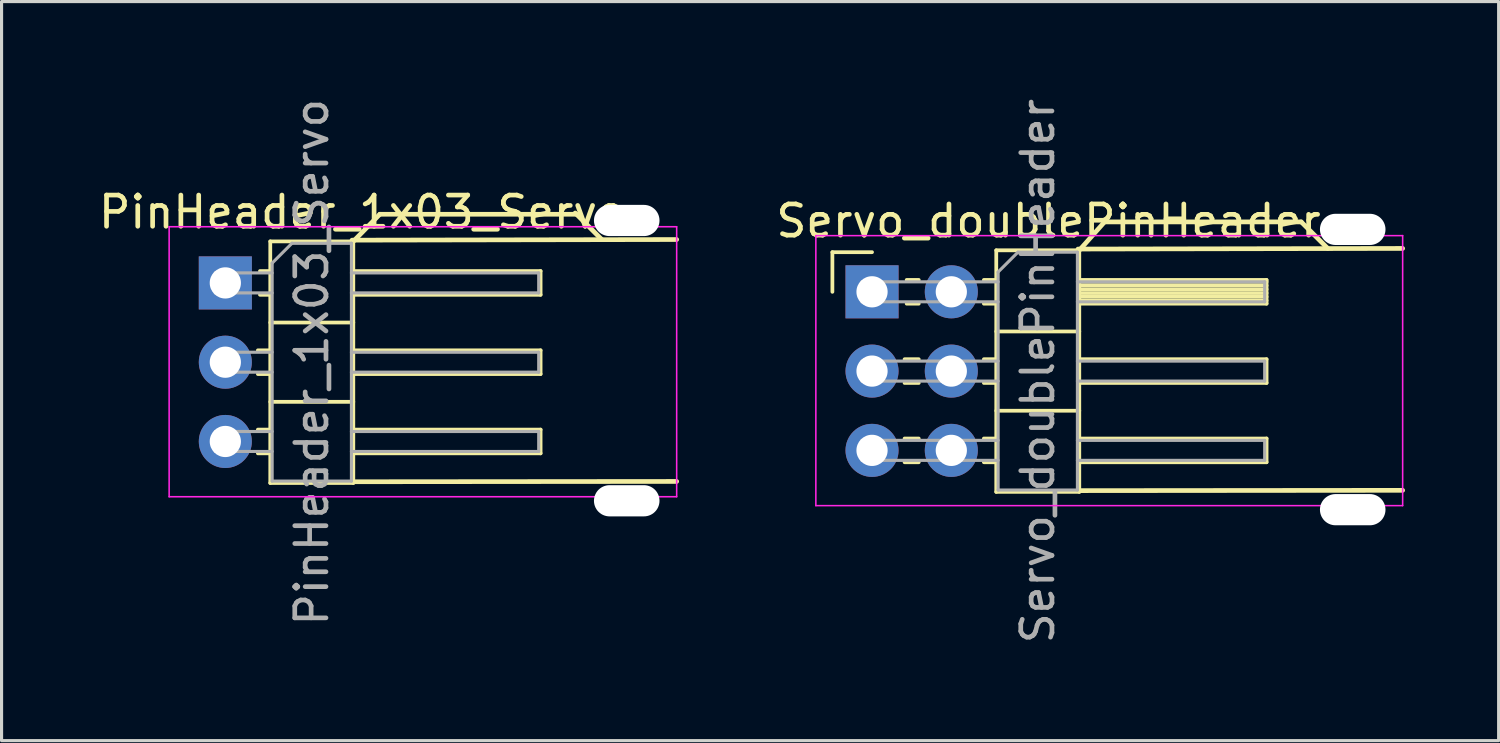
<source format=kicad_pcb>
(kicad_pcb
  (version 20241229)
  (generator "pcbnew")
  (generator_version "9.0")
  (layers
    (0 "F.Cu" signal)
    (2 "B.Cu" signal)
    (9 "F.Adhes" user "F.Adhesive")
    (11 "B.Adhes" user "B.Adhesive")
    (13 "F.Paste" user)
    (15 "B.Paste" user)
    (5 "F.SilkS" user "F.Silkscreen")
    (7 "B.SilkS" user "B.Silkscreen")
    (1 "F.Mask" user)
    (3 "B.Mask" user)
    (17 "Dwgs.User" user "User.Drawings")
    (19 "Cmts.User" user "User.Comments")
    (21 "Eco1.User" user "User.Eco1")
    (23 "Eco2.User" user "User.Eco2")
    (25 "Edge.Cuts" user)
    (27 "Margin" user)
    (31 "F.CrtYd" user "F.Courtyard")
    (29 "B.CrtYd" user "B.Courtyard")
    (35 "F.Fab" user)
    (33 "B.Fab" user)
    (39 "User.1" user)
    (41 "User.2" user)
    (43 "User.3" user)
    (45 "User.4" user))
  (footprint "Servo_doublePinHeader"
    (layer "F.Cu")
    (at 24.888 6.299)
    (property "Reference" "Servo_doublePinHeader" (at 5.655 -2.27 0) (layer "F.SilkS") (effects (font (size 1 1) (thickness 0.15))))
    (attr through_hole)
    (fp_line (start -1.27 -1.27) (end 0 -1.27) (stroke (width 0.12) (type solid)) (layer "F.SilkS"))
    (fp_line (start -1.27 0) (end -1.27 -1.27) (stroke (width 0.12) (type solid)) (layer "F.SilkS"))
    (fp_line (start 1.043 2.16) (end 1.497 2.16) (stroke (width 0.12) (type solid)) (layer "F.SilkS"))
    (fp_line (start 1.043 2.92) (end 1.497 2.92) (stroke (width 0.12) (type solid)) (layer "F.SilkS"))
    (fp_line (start 1.043 4.7) (end 1.497 4.7) (stroke (width 0.12) (type solid)) (layer "F.SilkS"))
    (fp_line (start 1.043 5.46) (end 1.497 5.46) (stroke (width 0.12) (type solid)) (layer "F.SilkS"))
    (fp_line (start 1.11 -0.38) (end 1.497 -0.38) (stroke (width 0.12) (type solid)) (layer "F.SilkS"))
    (fp_line (start 1.11 0.38) (end 1.497 0.38) (stroke (width 0.12) (type solid)) (layer "F.SilkS"))
    (fp_line (start 3.583 -0.38) (end 3.98 -0.38) (stroke (width 0.12) (type solid)) (layer "F.SilkS"))
    (fp_line (start 3.583 0.38) (end 3.98 0.38) (stroke (width 0.12) (type solid)) (layer "F.SilkS"))
    (fp_line (start 3.583 2.16) (end 3.98 2.16) (stroke (width 0.12) (type solid)) (layer "F.SilkS"))
    (fp_line (start 3.583 2.92) (end 3.98 2.92) (stroke (width 0.12) (type solid)) (layer "F.SilkS"))
    (fp_line (start 3.583 4.7) (end 3.98 4.7) (stroke (width 0.12) (type solid)) (layer "F.SilkS"))
    (fp_line (start 3.583 5.46) (end 3.98 5.46) (stroke (width 0.12) (type solid)) (layer "F.SilkS"))
    (fp_line (start 3.98 -1.33) (end 3.98 6.41) (stroke (width 0.12) (type solid)) (layer "F.SilkS"))
    (fp_line (start 3.98 1.27) (end 6.64 1.27) (stroke (width 0.12) (type solid)) (layer "F.SilkS"))
    (fp_line (start 3.98 3.81) (end 6.64 3.81) (stroke (width 0.12) (type solid)) (layer "F.SilkS"))
    (fp_line (start 3.98 6.41) (end 6.64 6.41) (stroke (width 0.12) (type solid)) (layer "F.SilkS"))
    (fp_line (start 6.6 6.37) (end 17 6.36) (stroke (width 0.15) (type solid)) (layer "F.SilkS"))
    (fp_line (start 6.64 -1.33) (end 3.98 -1.33) (stroke (width 0.12) (type solid)) (layer "F.SilkS"))
    (fp_line (start 6.64 -0.38) (end 12.64 -0.38) (stroke (width 0.12) (type solid)) (layer "F.SilkS"))
    (fp_line (start 6.64 -0.32) (end 12.64 -0.32) (stroke (width 0.12) (type solid)) (layer "F.SilkS"))
    (fp_line (start 6.64 -0.2) (end 12.64 -0.2) (stroke (width 0.12) (type solid)) (layer "F.SilkS"))
    (fp_line (start 6.64 -0.08) (end 12.64 -0.08) (stroke (width 0.12) (type solid)) (layer "F.SilkS"))
    (fp_line (start 6.64 0.04) (end 12.64 0.04) (stroke (width 0.12) (type solid)) (layer "F.SilkS"))
    (fp_line (start 6.64 0.16) (end 12.64 0.16) (stroke (width 0.12) (type solid)) (layer "F.SilkS"))
    (fp_line (start 6.64 0.28) (end 12.64 0.28) (stroke (width 0.12) (type solid)) (layer "F.SilkS"))
    (fp_line (start 6.64 2.16) (end 12.64 2.16) (stroke (width 0.12) (type solid)) (layer "F.SilkS"))
    (fp_line (start 6.64 4.7) (end 12.64 4.7) (stroke (width 0.12) (type solid)) (layer "F.SilkS"))
    (fp_line (start 6.64 6.41) (end 6.64 -1.33) (stroke (width 0.12) (type solid)) (layer "F.SilkS"))
    (fp_line (start 7.45 -2.24) (end 6.64 -1.33) (stroke (width 0.15) (type solid)) (layer "F.SilkS"))
    (fp_line (start 12.64 -0.38) (end 12.64 0.38) (stroke (width 0.12) (type solid)) (layer "F.SilkS"))
    (fp_line (start 12.64 0.38) (end 6.64 0.38) (stroke (width 0.12) (type solid)) (layer "F.SilkS"))
    (fp_line (start 12.64 2.16) (end 12.64 2.92) (stroke (width 0.12) (type solid)) (layer "F.SilkS"))
    (fp_line (start 12.64 2.92) (end 6.64 2.92) (stroke (width 0.12) (type solid)) (layer "F.SilkS"))
    (fp_line (start 12.64 4.7) (end 12.64 5.46) (stroke (width 0.12) (type solid)) (layer "F.SilkS"))
    (fp_line (start 12.64 5.46) (end 6.64 5.46) (stroke (width 0.12) (type solid)) (layer "F.SilkS"))
    (fp_line (start 13.75 -2.24) (end 7.45 -2.24) (stroke (width 0.15) (type solid)) (layer "F.SilkS"))
    (fp_line (start 14.6 -1.39) (end 13.75 -2.24) (stroke (width 0.15) (type solid)) (layer "F.SilkS"))
    (fp_line (start 17 -1.39) (end 6.6 -1.37) (stroke (width 0.15) (type solid)) (layer "F.SilkS"))
    (fp_line (start 17 -1) (end 17 6) (stroke (width 0.12) (type solid)) (layer "Eco1.User"))
    (fp_line (start -1.8 -1.8) (end -1.8 6.85) (stroke (width 0.05) (type solid)) (layer "F.CrtYd"))
    (fp_line (start -1.8 6.85) (end 17 6.85) (stroke (width 0.05) (type solid)) (layer "F.CrtYd"))
    (fp_line (start 17 -1.8) (end -1.8 -1.8) (stroke (width 0.05) (type solid)) (layer "F.CrtYd"))
    (fp_line (start 17 6.85) (end 17 -1.8) (stroke (width 0.05) (type solid)) (layer "F.CrtYd"))
    (fp_line (start -0.32 -0.32) (end -0.32 0.32) (stroke (width 0.1) (type solid)) (layer "F.Fab"))
    (fp_line (start -0.32 -0.32) (end 4.04 -0.32) (stroke (width 0.1) (type solid)) (layer "F.Fab"))
    (fp_line (start -0.32 0.32) (end 4.04 0.32) (stroke (width 0.1) (type solid)) (layer "F.Fab"))
    (fp_line (start -0.32 2.22) (end -0.32 2.86) (stroke (width 0.1) (type solid)) (layer "F.Fab"))
    (fp_line (start -0.32 2.22) (end 4.04 2.22) (stroke (width 0.1) (type solid)) (layer "F.Fab"))
    (fp_line (start -0.32 2.86) (end 4.04 2.86) (stroke (width 0.1) (type solid)) (layer "F.Fab"))
    (fp_line (start -0.32 4.76) (end -0.32 5.4) (stroke (width 0.1) (type solid)) (layer "F.Fab"))
    (fp_line (start -0.32 4.76) (end 4.04 4.76) (stroke (width 0.1) (type solid)) (layer "F.Fab"))
    (fp_line (start -0.32 5.4) (end 4.04 5.4) (stroke (width 0.1) (type solid)) (layer "F.Fab"))
    (fp_line (start 4.04 -0.635) (end 4.675 -1.27) (stroke (width 0.1) (type solid)) (layer "F.Fab"))
    (fp_line (start 4.04 6.35) (end 4.04 -0.635) (stroke (width 0.1) (type solid)) (layer "F.Fab"))
    (fp_line (start 4.675 -1.27) (end 6.58 -1.27) (stroke (width 0.1) (type solid)) (layer "F.Fab"))
    (fp_line (start 6.58 -1.27) (end 6.58 6.35) (stroke (width 0.1) (type solid)) (layer "F.Fab"))
    (fp_line (start 6.58 -0.32) (end 12.58 -0.32) (stroke (width 0.1) (type solid)) (layer "F.Fab"))
    (fp_line (start 6.58 0.32) (end 12.58 0.32) (stroke (width 0.1) (type solid)) (layer "F.Fab"))
    (fp_line (start 6.58 2.22) (end 12.58 2.22) (stroke (width 0.1) (type solid)) (layer "F.Fab"))
    (fp_line (start 6.58 2.86) (end 12.58 2.86) (stroke (width 0.1) (type solid)) (layer "F.Fab"))
    (fp_line (start 6.58 4.76) (end 12.58 4.76) (stroke (width 0.1) (type solid)) (layer "F.Fab"))
    (fp_line (start 6.58 5.4) (end 12.58 5.4) (stroke (width 0.1) (type solid)) (layer "F.Fab"))
    (fp_line (start 6.58 6.35) (end 4.04 6.35) (stroke (width 0.1) (type solid)) (layer "F.Fab"))
    (fp_line (start 12.58 -0.32) (end 12.58 0.32) (stroke (width 0.1) (type solid)) (layer "F.Fab"))
    (fp_line (start 12.58 2.22) (end 12.58 2.86) (stroke (width 0.1) (type solid)) (layer "F.Fab"))
    (fp_line (start 12.58 4.76) (end 12.58 5.4) (stroke (width 0.1) (type solid)) (layer "F.Fab"))
    (fp_text user "${REFERENCE}" (at 5.31 2.54 90) (layer "F.Fab") (effects (font (size 1 1) (thickness 0.15))))
    (pad "" thru_hole oval (at 0 2.54) (size 1.7 1.7) (drill 1) (layers "*.Cu" "*.Mask"))
    (pad "" thru_hole oval (at 2.54 2.54) (size 1.7 1.7) (drill 1) (layers "*.Cu" "*.Mask"))
    (pad "" np_thru_hole oval (at 15.4 -2 180) (size 2.1 1) (drill oval 2.1 1) (layers "*.Cu" "*.Mask"))
    (pad "" np_thru_hole oval (at 15.4 6.98 180) (size 2.1 1) (drill oval 2.1 1) (layers "*.Cu" "*.Mask"))
    (pad "1" thru_hole rect (at 0 0) (size 1.7 1.7) (drill 1) (layers "*.Cu" "*.Mask"))
    (pad "2" thru_hole oval (at 2.54 0) (size 1.7 1.7) (drill 1) (layers "*.Cu" "*.Mask"))
    (pad "3" thru_hole oval (at 0 5.08) (size 1.7 1.7) (drill 1) (layers "*.Cu" "*.Mask"))
    (pad "3" thru_hole oval (at 2.54 5.08) (size 1.7 1.7) (drill 1) (layers "*.Cu" "*.Mask")))
  (footprint "PinHeader_1x03_Servo"
    (layer "F.Cu")
    (at 4.169 8.554)
    (property "Reference" "PinHeader_1x03_Servo" (at 4.385 -4.81 0) (layer "F.SilkS") (effects (font (size 1 1) (thickness 0.15))))
    (attr through_hole)
    (fp_line (start 1.043 -0.38) (end 1.44 -0.38) (stroke (width 0.12) (type solid)) (layer "F.SilkS"))
    (fp_line (start 1.043 0.38) (end 1.44 0.38) (stroke (width 0.12) (type solid)) (layer "F.SilkS"))
    (fp_line (start 1.043 2.16) (end 1.44 2.16) (stroke (width 0.12) (type solid)) (layer "F.SilkS"))
    (fp_line (start 1.043 2.92) (end 1.44 2.92) (stroke (width 0.12) (type solid)) (layer "F.SilkS"))
    (fp_line (start 1.11 -2.92) (end 1.44 -2.92) (stroke (width 0.12) (type solid)) (layer "F.SilkS"))
    (fp_line (start 1.11 -2.16) (end 1.44 -2.16) (stroke (width 0.12) (type solid)) (layer "F.SilkS"))
    (fp_line (start 1.44 -3.87) (end 1.44 3.87) (stroke (width 0.12) (type solid)) (layer "F.SilkS"))
    (fp_line (start 1.44 -1.27) (end 4.1 -1.27) (stroke (width 0.12) (type solid)) (layer "F.SilkS"))
    (fp_line (start 1.44 1.27) (end 4.1 1.27) (stroke (width 0.12) (type solid)) (layer "F.SilkS"))
    (fp_line (start 1.44 3.87) (end 4.1 3.87) (stroke (width 0.12) (type solid)) (layer "F.SilkS"))
    (fp_line (start 4.06 3.83) (end 14.46 3.82) (stroke (width 0.15) (type solid)) (layer "F.SilkS"))
    (fp_line (start 4.1 -3.87) (end 1.44 -3.87) (stroke (width 0.12) (type solid)) (layer "F.SilkS"))
    (fp_line (start 4.1 -3.87) (end 4.95 -4.74) (stroke (width 0.15) (type solid)) (layer "F.SilkS"))
    (fp_line (start 4.1 -2.92) (end 10.1 -2.92) (stroke (width 0.12) (type solid)) (layer "F.SilkS"))
    (fp_line (start 4.1 -0.38) (end 10.1 -0.38) (stroke (width 0.12) (type solid)) (layer "F.SilkS"))
    (fp_line (start 4.1 2.16) (end 10.1 2.16) (stroke (width 0.12) (type solid)) (layer "F.SilkS"))
    (fp_line (start 4.1 3.87) (end 4.1 -3.87) (stroke (width 0.12) (type solid)) (layer "F.SilkS"))
    (fp_line (start 10.1 -2.92) (end 10.1 -2.16) (stroke (width 0.12) (type solid)) (layer "F.SilkS"))
    (fp_line (start 10.1 -2.16) (end 4.1 -2.16) (stroke (width 0.12) (type solid)) (layer "F.SilkS"))
    (fp_line (start 10.1 -0.38) (end 10.1 0.38) (stroke (width 0.12) (type solid)) (layer "F.SilkS"))
    (fp_line (start 10.1 0.38) (end 4.1 0.38) (stroke (width 0.12) (type solid)) (layer "F.SilkS"))
    (fp_line (start 10.1 2.16) (end 10.1 2.92) (stroke (width 0.12) (type solid)) (layer "F.SilkS"))
    (fp_line (start 10.1 2.92) (end 4.1 2.92) (stroke (width 0.12) (type solid)) (layer "F.SilkS"))
    (fp_line (start 11.25 -4.74) (end 4.95 -4.74) (stroke (width 0.15) (type solid)) (layer "F.SilkS"))
    (fp_line (start 12.06 -3.93) (end 11.21 -4.78) (stroke (width 0.15) (type solid)) (layer "F.SilkS"))
    (fp_line (start 14.46 -3.93) (end 4.06 -3.91) (stroke (width 0.15) (type solid)) (layer "F.SilkS"))
    (fp_line (start 14.46 -3.54) (end 14.46 3.46) (stroke (width 0.12) (type solid)) (layer "Eco1.User"))
    (fp_line (start -1.8 -4.34) (end -1.8 4.31) (stroke (width 0.05) (type solid)) (layer "F.CrtYd"))
    (fp_line (start -1.8 4.31) (end 14.46 4.31) (stroke (width 0.05) (type solid)) (layer "F.CrtYd"))
    (fp_line (start 14.46 -4.34) (end -1.8 -4.34) (stroke (width 0.05) (type solid)) (layer "F.CrtYd"))
    (fp_line (start 14.46 4.31) (end 14.46 -4.34) (stroke (width 0.05) (type solid)) (layer "F.CrtYd"))
    (fp_line (start -0.32 -2.86) (end -0.32 -2.22) (stroke (width 0.1) (type solid)) (layer "F.Fab"))
    (fp_line (start -0.32 -2.86) (end 1.5 -2.86) (stroke (width 0.1) (type solid)) (layer "F.Fab"))
    (fp_line (start -0.32 -2.22) (end 1.5 -2.22) (stroke (width 0.1) (type solid)) (layer "F.Fab"))
    (fp_line (start -0.32 -0.32) (end -0.32 0.32) (stroke (width 0.1) (type solid)) (layer "F.Fab"))
    (fp_line (start -0.32 -0.32) (end 1.5 -0.32) (stroke (width 0.1) (type solid)) (layer "F.Fab"))
    (fp_line (start -0.32 0.32) (end 1.5 0.32) (stroke (width 0.1) (type solid)) (layer "F.Fab"))
    (fp_line (start -0.32 2.22) (end -0.32 2.86) (stroke (width 0.1) (type solid)) (layer "F.Fab"))
    (fp_line (start -0.32 2.22) (end 1.5 2.22) (stroke (width 0.1) (type solid)) (layer "F.Fab"))
    (fp_line (start -0.32 2.86) (end 1.5 2.86) (stroke (width 0.1) (type solid)) (layer "F.Fab"))
    (fp_line (start 1.5 -3.175) (end 2.135 -3.81) (stroke (width 0.1) (type solid)) (layer "F.Fab"))
    (fp_line (start 1.5 3.81) (end 1.5 -3.175) (stroke (width 0.1) (type solid)) (layer "F.Fab"))
    (fp_line (start 2.135 -3.81) (end 4.04 -3.81) (stroke (width 0.1) (type solid)) (layer "F.Fab"))
    (fp_line (start 4.04 -3.81) (end 4.04 3.81) (stroke (width 0.1) (type solid)) (layer "F.Fab"))
    (fp_line (start 4.04 -2.86) (end 10.04 -2.86) (stroke (width 0.1) (type solid)) (layer "F.Fab"))
    (fp_line (start 4.04 -2.22) (end 10.04 -2.22) (stroke (width 0.1) (type solid)) (layer "F.Fab"))
    (fp_line (start 4.04 -0.32) (end 10.04 -0.32) (stroke (width 0.1) (type solid)) (layer "F.Fab"))
    (fp_line (start 4.04 0.32) (end 10.04 0.32) (stroke (width 0.1) (type solid)) (layer "F.Fab"))
    (fp_line (start 4.04 2.22) (end 10.04 2.22) (stroke (width 0.1) (type solid)) (layer "F.Fab"))
    (fp_line (start 4.04 2.86) (end 10.04 2.86) (stroke (width 0.1) (type solid)) (layer "F.Fab"))
    (fp_line (start 4.04 3.81) (end 1.5 3.81) (stroke (width 0.1) (type solid)) (layer "F.Fab"))
    (fp_line (start 10.04 -2.86) (end 10.04 -2.22) (stroke (width 0.1) (type solid)) (layer "F.Fab"))
    (fp_line (start 10.04 -0.32) (end 10.04 0.32) (stroke (width 0.1) (type solid)) (layer "F.Fab"))
    (fp_line (start 10.04 2.22) (end 10.04 2.86) (stroke (width 0.1) (type solid)) (layer "F.Fab"))
    (fp_text user "${REFERENCE}" (at 2.77 0 90) (layer "F.Fab") (effects (font (size 1 1) (thickness 0.15))))
    (pad "" np_thru_hole oval (at 12.86 -4.54 180) (size 2.1 1) (drill oval 2.1 1) (layers "*.Cu" "*.Mask"))
    (pad "" np_thru_hole oval (at 12.86 4.44 180) (size 2.1 1) (drill oval 2.1 1) (layers "*.Cu" "*.Mask"))
    (pad "1" thru_hole rect (at 0 -2.54) (size 1.7 1.7) (drill 1) (layers "*.Cu" "*.Mask"))
    (pad "2" thru_hole oval (at 0 0) (size 1.7 1.7) (drill 1) (layers "*.Cu" "*.Mask"))
    (pad "3" thru_hole oval (at 0 2.54) (size 1.7 1.7) (drill 1) (layers "*.Cu" "*.Mask")))
  (gr_rect
    (start -3 -3)
    (end 44.963 20.679)
    (stroke (width 0.1) (type default))
    (fill no)
    (layer "Edge.Cuts")))
</source>
